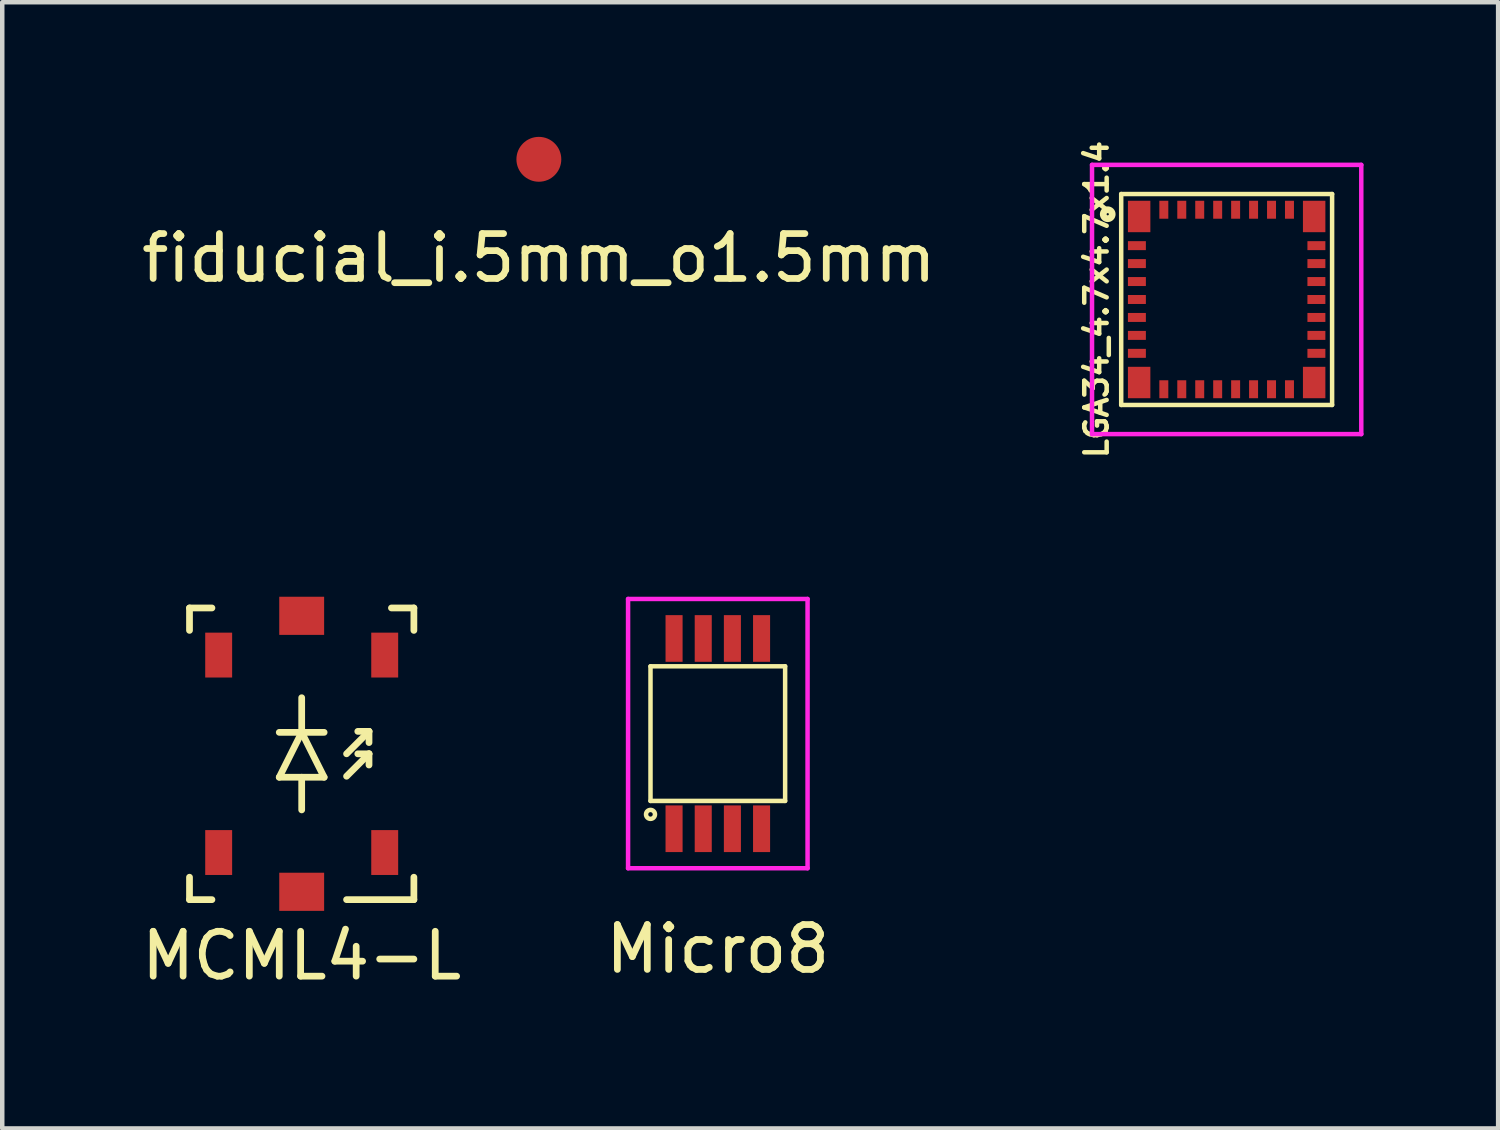
<source format=kicad_pcb>
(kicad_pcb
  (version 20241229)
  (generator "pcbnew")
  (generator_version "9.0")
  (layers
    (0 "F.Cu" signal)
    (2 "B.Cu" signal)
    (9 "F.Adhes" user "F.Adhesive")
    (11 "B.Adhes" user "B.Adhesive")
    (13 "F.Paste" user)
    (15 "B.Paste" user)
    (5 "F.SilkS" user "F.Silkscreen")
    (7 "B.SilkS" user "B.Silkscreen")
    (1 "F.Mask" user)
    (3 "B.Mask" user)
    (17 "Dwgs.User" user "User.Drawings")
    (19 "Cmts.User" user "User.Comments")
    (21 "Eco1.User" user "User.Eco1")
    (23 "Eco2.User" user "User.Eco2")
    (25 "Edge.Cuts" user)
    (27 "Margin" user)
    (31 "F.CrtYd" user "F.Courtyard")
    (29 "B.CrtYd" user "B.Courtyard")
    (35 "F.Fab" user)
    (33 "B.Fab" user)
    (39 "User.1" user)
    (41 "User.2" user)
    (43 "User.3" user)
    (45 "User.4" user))
  (footprint "fiducial_i.5mm_o1.5mm"
    (layer "F.Cu")
    (at 8.958 0.5)
    (property "Reference" "fiducial_i.5mm_o1.5mm" (at 0 2.2 0) (layer "F.SilkS") (effects (font (size 1 1) (thickness 0.15))))
    (attr through_hole)
    (pad "1" smd circle (at 0 0) (size 1 1) (layers "F.Cu" "F.Mask")))
  (footprint "MCML4-L"
    (layer "F.Cu")
    (at 3.673 13.748)
    (property "Reference" "MCML4-L" (at 0 4.5 0) (layer "F.SilkS") (effects (font (size 1 1) (thickness 0.15))))
    (attr through_hole)
    (fp_line (start -2.5 -3.25) (end -2.5 -2.75) (stroke (width 0.15) (type solid)) (layer "F.SilkS"))
    (fp_line (start -2.5 2.75) (end -2.5 3.25) (stroke (width 0.15) (type solid)) (layer "F.SilkS"))
    (fp_line (start -2.5 3.25) (end -2 3.25) (stroke (width 0.15) (type solid)) (layer "F.SilkS"))
    (fp_line (start -2 -3.25) (end -2.5 -3.25) (stroke (width 0.15) (type solid)) (layer "F.SilkS"))
    (fp_line (start -0.5 0.522) (end 0.5 0.522) (stroke (width 0.15) (type solid)) (layer "F.SilkS"))
    (fp_line (start 0 -0.478) (end -0.5 0.522) (stroke (width 0.15) (type solid)) (layer "F.SilkS"))
    (fp_line (start 0 -0.478) (end 0 -1.25) (stroke (width 0.15) (type solid)) (layer "F.SilkS"))
    (fp_line (start 0 0.522) (end 0 1.25) (stroke (width 0.15) (type solid)) (layer "F.SilkS"))
    (fp_line (start 0.5 -0.478) (end -0.5 -0.478) (stroke (width 0.15) (type solid)) (layer "F.SilkS"))
    (fp_line (start 0.5 0.522) (end 0 -0.478) (stroke (width 0.15) (type solid)) (layer "F.SilkS"))
    (fp_line (start 1 0) (end 1.5 -0.5) (stroke (width 0.15) (type solid)) (layer "F.SilkS"))
    (fp_line (start 1 0.5) (end 1.5 0) (stroke (width 0.15) (type solid)) (layer "F.SilkS"))
    (fp_line (start 1 3.25) (end 2.5 3.25) (stroke (width 0.15) (type solid)) (layer "F.SilkS"))
    (fp_line (start 1.5 -0.5) (end 1.25 -0.5) (stroke (width 0.15) (type solid)) (layer "F.SilkS"))
    (fp_line (start 1.5 -0.25) (end 1.5 -0.5) (stroke (width 0.15) (type solid)) (layer "F.SilkS"))
    (fp_line (start 1.5 0) (end 1.25 0) (stroke (width 0.15) (type solid)) (layer "F.SilkS"))
    (fp_line (start 1.5 0.25) (end 1.5 0) (stroke (width 0.15) (type solid)) (layer "F.SilkS"))
    (fp_line (start 2.5 -3.25) (end 2 -3.25) (stroke (width 0.15) (type solid)) (layer "F.SilkS"))
    (fp_line (start 2.5 -2.75) (end 2.5 -3.25) (stroke (width 0.15) (type solid)) (layer "F.SilkS"))
    (fp_line (start 2.5 3.25) (end 2.5 2.75) (stroke (width 0.15) (type solid)) (layer "F.SilkS"))
    (pad "1" smd rect (at 1.85 -2.2) (size 0.6 1) (layers "F.Cu" "F.Mask" "F.Paste"))
    (pad "1" smd rect (at 1.85 2.2) (size 0.6 1) (layers "F.Cu" "F.Mask" "F.Paste"))
    (pad "2" smd rect (at -1.85 -2.2) (size 0.6 1) (layers "F.Cu" "F.Mask" "F.Paste"))
    (pad "2" smd rect (at -1.85 2.2) (size 0.6 1) (layers "F.Cu" "F.Mask" "F.Paste"))
    (pad "3" smd rect (at 0 -3.075) (size 1 0.85) (layers "F.Cu" "F.Mask" "F.Paste"))
    (pad "4" smd rect (at 0 3.075) (size 1 0.85) (layers "F.Cu" "F.Mask" "F.Paste")))
  (footprint "Micro8"
    (layer "F.Cu")
    (at 12.946 13.298)
    (property "Reference" "Micro8" (at 0 4.8 0) (layer "F.SilkS") (effects (font (size 1 1) (thickness 0.15))))
    (attr through_hole)
    (fp_line (start -1.5 -1.5) (end 1.5 -1.5) (stroke (width 0.1) (type solid)) (layer "F.SilkS"))
    (fp_line (start -1.5 1.5) (end -1.5 -1.5) (stroke (width 0.1) (type solid)) (layer "F.SilkS"))
    (fp_line (start 1.5 -1.5) (end 1.5 1.5) (stroke (width 0.1) (type solid)) (layer "F.SilkS"))
    (fp_line (start 1.5 1.5) (end -1.5 1.5) (stroke (width 0.1) (type solid)) (layer "F.SilkS"))
    (fp_circle (center -1.5 1.8) (end -1.5 1.9) (stroke (width 0.1) (type solid)) (fill no) (layer "F.SilkS"))
    (fp_line (start -2 -3) (end 2 -3) (stroke (width 0.1) (type solid)) (layer "F.CrtYd"))
    (fp_line (start -2 3) (end -2 -3) (stroke (width 0.1) (type solid)) (layer "F.CrtYd"))
    (fp_line (start 2 -3) (end 2 3) (stroke (width 0.1) (type solid)) (layer "F.CrtYd"))
    (fp_line (start 2 3) (end -2 3) (stroke (width 0.1) (type solid)) (layer "F.CrtYd"))
    (pad "1" smd rect (at -0.975 2.12) (size 0.38 1.04) (layers "F.Cu" "F.Mask" "F.Paste"))
    (pad "2" smd rect (at -0.325 2.12) (size 0.38 1.04) (layers "F.Cu" "F.Mask" "F.Paste"))
    (pad "3" smd rect (at 0.325 2.12) (size 0.38 1.04) (layers "F.Cu" "F.Mask" "F.Paste"))
    (pad "4" smd rect (at 0.975 2.12) (size 0.38 1.04) (layers "F.Cu" "F.Mask" "F.Paste"))
    (pad "5" smd rect (at 0.975 -2.12) (size 0.38 1.04) (layers "F.Cu" "F.Mask" "F.Paste"))
    (pad "6" smd rect (at 0.325 -2.12) (size 0.38 1.04) (layers "F.Cu" "F.Mask" "F.Paste"))
    (pad "7" smd rect (at -0.325 -2.12) (size 0.38 1.04) (layers "F.Cu" "F.Mask" "F.Paste"))
    (pad "8" smd rect (at -0.975 -2.12) (size 0.38 1.04) (layers "F.Cu" "F.Mask" "F.Paste")))
  (footprint "LGA34_4.7x4.7x1.4"
    (layer "F.Cu")
    (at 24.285 3.624)
    (property "Reference" "LGA34_4.7x4.7x1.4" (at -2.9 0 90) (layer "F.SilkS") (effects (font (size 0.5 0.5) (thickness 0.1))))
    (attr through_hole)
    (fp_line (start -2.35 -2.35) (end 2.35 -2.35) (stroke (width 0.1) (type solid)) (layer "F.SilkS"))
    (fp_line (start -2.35 2.35) (end -2.35 -2.35) (stroke (width 0.1) (type solid)) (layer "F.SilkS"))
    (fp_line (start 2.35 -2.35) (end 2.35 2.35) (stroke (width 0.1) (type solid)) (layer "F.SilkS"))
    (fp_line (start 2.35 2.35) (end -2.35 2.35) (stroke (width 0.1) (type solid)) (layer "F.SilkS"))
    (fp_circle (center -2.65 -1.9) (end -2.65 -1.8) (stroke (width 0.15) (type solid)) (fill no) (layer "F.SilkS"))
    (fp_line (start -3 -3) (end 3 -3) (stroke (width 0.1) (type solid)) (layer "F.CrtYd"))
    (fp_line (start -3 3) (end -3 -3) (stroke (width 0.1) (type solid)) (layer "F.CrtYd"))
    (fp_line (start 3 -3) (end 3 3) (stroke (width 0.1) (type solid)) (layer "F.CrtYd"))
    (fp_line (start 3 3) (end -3 3) (stroke (width 0.1) (type solid)) (layer "F.CrtYd"))
    (pad "1" smd rect (at -1.95 -1.85) (size 0.5 0.7) (layers "F.Cu" "F.Mask" "F.Paste"))
    (pad "2" smd rect (at -2 -1.2) (size 0.4 0.2) (layers "F.Cu" "F.Mask" "F.Paste"))
    (pad "3" smd rect (at -2 -0.8) (size 0.4 0.2) (layers "F.Cu" "F.Mask" "F.Paste"))
    (pad "4" smd rect (at -2 -0.4) (size 0.4 0.2) (layers "F.Cu" "F.Mask" "F.Paste"))
    (pad "5" smd rect (at -2 0) (size 0.4 0.2) (layers "F.Cu" "F.Mask" "F.Paste"))
    (pad "6" smd rect (at -2 0.4) (size 0.4 0.2) (layers "F.Cu" "F.Mask" "F.Paste"))
    (pad "7" smd rect (at -2 0.8) (size 0.4 0.2) (layers "F.Cu" "F.Mask" "F.Paste"))
    (pad "8" smd rect (at -2 1.2) (size 0.4 0.2) (layers "F.Cu" "F.Mask" "F.Paste"))
    (pad "9" smd rect (at -1.95 1.85) (size 0.5 0.7) (layers "F.Cu" "F.Mask" "F.Paste"))
    (pad "10" smd rect (at -1.4 2) (size 0.2 0.4) (layers "F.Cu" "F.Mask" "F.Paste"))
    (pad "11" smd rect (at -1 2) (size 0.2 0.4) (layers "F.Cu" "F.Mask" "F.Paste"))
    (pad "12" smd rect (at -0.6 2) (size 0.2 0.4) (layers "F.Cu" "F.Mask" "F.Paste"))
    (pad "13" smd rect (at -0.2 2) (size 0.2 0.4) (layers "F.Cu" "F.Mask" "F.Paste"))
    (pad "14" smd rect (at 0.2 2) (size 0.2 0.4) (layers "F.Cu" "F.Mask" "F.Paste"))
    (pad "15" smd rect (at 0.6 2) (size 0.2 0.4) (layers "F.Cu" "F.Mask" "F.Paste"))
    (pad "16" smd rect (at 1 2) (size 0.2 0.4) (layers "F.Cu" "F.Mask" "F.Paste"))
    (pad "17" smd rect (at 1.4 2) (size 0.2 0.4) (layers "F.Cu" "F.Mask" "F.Paste"))
    (pad "18" smd rect (at 1.95 1.85) (size 0.5 0.7) (layers "F.Cu" "F.Mask" "F.Paste"))
    (pad "19" smd rect (at 2 1.2) (size 0.4 0.2) (layers "F.Cu" "F.Mask" "F.Paste"))
    (pad "20" smd rect (at 2 0.8) (size 0.4 0.2) (layers "F.Cu" "F.Mask" "F.Paste"))
    (pad "21" smd rect (at 2 0.4) (size 0.4 0.2) (layers "F.Cu" "F.Mask" "F.Paste"))
    (pad "22" smd rect (at 2 0) (size 0.4 0.2) (layers "F.Cu" "F.Mask" "F.Paste"))
    (pad "23" smd rect (at 2 -0.4) (size 0.4 0.2) (layers "F.Cu" "F.Mask" "F.Paste"))
    (pad "24" smd rect (at 2 -0.8) (size 0.4 0.2) (layers "F.Cu" "F.Mask" "F.Paste"))
    (pad "25" smd rect (at 2 -1.2) (size 0.4 0.2) (layers "F.Cu" "F.Mask" "F.Paste"))
    (pad "26" smd rect (at 1.95 -1.85) (size 0.5 0.7) (layers "F.Cu" "F.Mask" "F.Paste"))
    (pad "27" smd rect (at 1.4 -2) (size 0.2 0.4) (layers "F.Cu" "F.Mask" "F.Paste"))
    (pad "28" smd rect (at 1 -2) (size 0.2 0.4) (layers "F.Cu" "F.Mask" "F.Paste"))
    (pad "29" smd rect (at 0.6 -2) (size 0.2 0.4) (layers "F.Cu" "F.Mask" "F.Paste"))
    (pad "30" smd rect (at 0.2 -2) (size 0.2 0.4) (layers "F.Cu" "F.Mask" "F.Paste"))
    (pad "31" smd rect (at -0.2 -2) (size 0.2 0.4) (layers "F.Cu" "F.Mask" "F.Paste"))
    (pad "32" smd rect (at -0.6 -2) (size 0.2 0.4) (layers "F.Cu" "F.Mask" "F.Paste"))
    (pad "33" smd rect (at -1 -2) (size 0.2 0.4) (layers "F.Cu" "F.Mask" "F.Paste"))
    (pad "34" smd rect (at -1.4 -2) (size 0.2 0.4) (layers "F.Cu" "F.Mask" "F.Paste")))
  (gr_rect
    (start -3 -3)
    (end 30.335 22.096)
    (stroke (width 0.1) (type default))
    (fill no)
    (layer "Edge.Cuts")))
</source>
